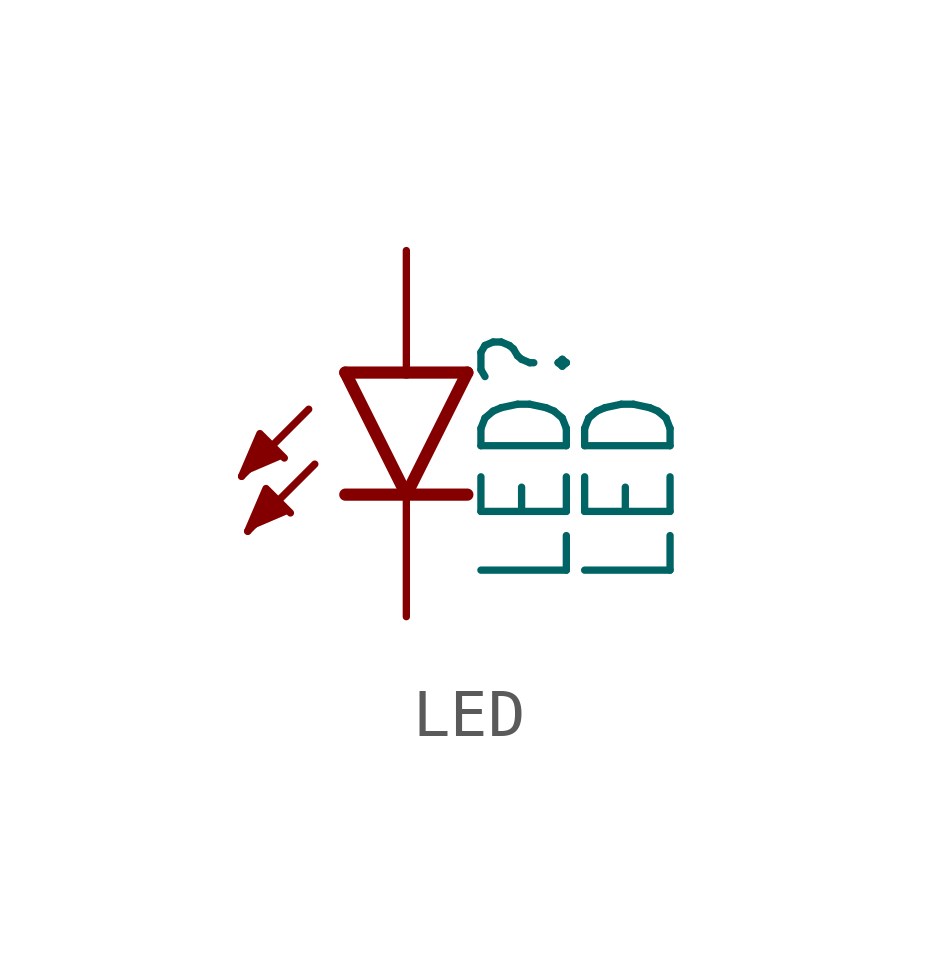
<source format=kicad_sym>
(kicad_symbol_lib
  (version 20200126)
  (host kicad_symbol_editor "(5.99.0-2281-g2f31bf278-dirty)")
  (symbol "LED"
    (property "Reference" "LED"
      (at 3.556 -4.572 90)
      (effects (font (size 1.778 1.511)) (justify left bottom)))
    (property "Value" "LED"
      (at 5.715 -4.572 90)
      (effects (font (size 1.778 1.511)) (justify left bottom)))
    (property "ki_locked" ""
      (at 0 0 0)
      (effects (font (size 1.27 1.27))))
    (symbol "LED_1_0"
      (polyline (pts (xy 1.27 0) (xy 0 -2.54)) (stroke (width 0.254)) (fill (type none)))
      (polyline (pts (xy 0 -2.54) (xy -1.27 0)) (stroke (width 0.254)) (fill (type none)))
      (polyline (pts (xy 1.27 -2.54) (xy 0 -2.54)) (stroke (width 0.254)) (fill (type none)))
      (polyline (pts (xy 0 -2.54) (xy -1.27 -2.54)) (stroke (width 0.254)) (fill (type none)))
      (polyline (pts (xy 1.27 0) (xy 0 0)) (stroke (width 0.254)) (fill (type none)))
      (polyline (pts (xy 0 0) (xy -1.27 0)) (stroke (width 0.254)) (fill (type none)))
      (polyline (pts (xy -2.032 -0.762) (xy -3.429 -2.159)) (stroke (width 0.152)) (fill (type none)))
      (polyline (pts (xy -1.905 -1.905) (xy -3.302 -3.302)) (stroke (width 0.152)) (fill (type none)))
      (polyline (pts (xy -3.429 -2.159) (xy -3.048 -1.27) (xy -2.54 -1.778)) (stroke (width 0)) (fill (type outline)))
      (polyline (pts (xy -3.302 -3.302) (xy -2.921 -2.413) (xy -2.413 -2.921)) (stroke (width 0)) (fill (type outline)))
      (pin passive line (at 0 -5.08 90) (length 2.54) (name "C" (effects (font (size 0 0)))) (number "C@1" (effects (font (size 0 0)))))
      (pin passive line (at 0 2.54 270) (length 2.54) (name "A" (effects (font (size 0 0)))) (number "A@1" (effects (font (size 0 0))))))))
</source>
